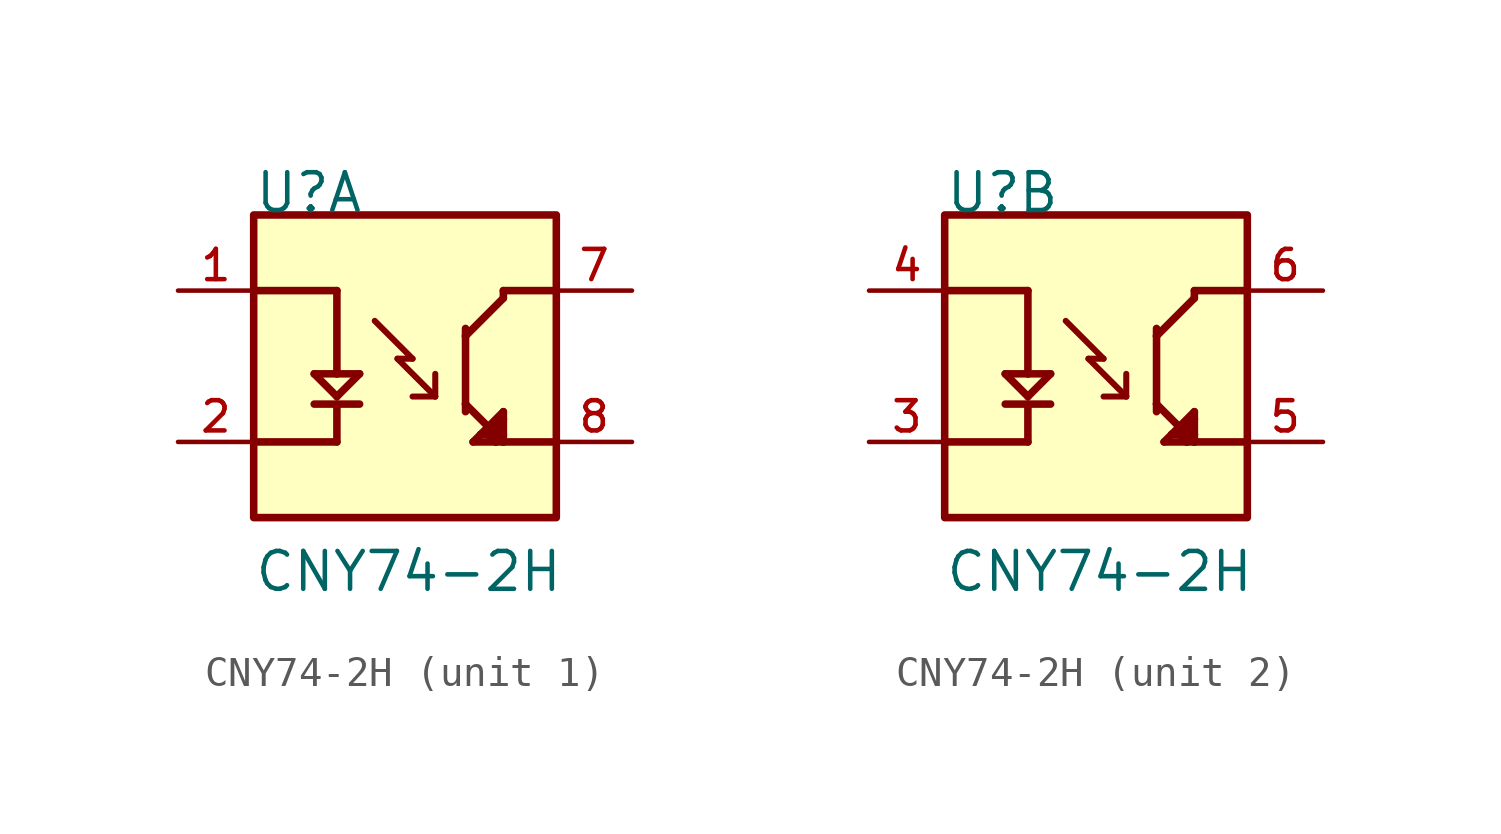
<source format=kicad_sym>
(kicad_symbol_lib
  (version 20211014)
  (generator kicad_symbol_editor)
  (symbol "CNY74-2H"
    (pin_names
      (offset 1.016))
    (property "Reference" "U"
      (at -5.082 5.082 0)
      (effects (font (size 1.27 1.27)) (justify bottom left)))
    (property "Value" "CNY74-2H"
      (at -5.089 -7.633 0)
      (effects (font (size 1.27 1.27)) (justify bottom left)))
    (symbol "CNY74-2H_1_0"
      (polyline (pts (xy -5.08 2.54) (xy -2.286 2.54)) (stroke (width 0.254)))
      (polyline (pts (xy -2.286 2.54) (xy -2.286 -0.254)) (stroke (width 0.254)))
      (polyline (pts (xy -2.286 -0.254) (xy -1.524 -0.254)) (stroke (width 0.254)))
      (polyline (pts (xy -2.286 -0.254) (xy -3.048 -0.254)) (stroke (width 0.254)))
      (polyline (pts (xy -3.048 -0.254) (xy -2.286 -1.016)) (stroke (width 0.254)))
      (polyline (pts (xy -2.286 -1.016) (xy -1.524 -0.254)) (stroke (width 0.254)))
      (polyline (pts (xy -3.048 -1.27) (xy -1.524 -1.27)) (stroke (width 0.254)))
      (polyline (pts (xy -2.286 -1.27) (xy -2.286 -2.54)) (stroke (width 0.254)))
      (polyline (pts (xy -2.286 -2.54) (xy -5.08 -2.54)) (stroke (width 0.254)))
      (polyline (pts (xy 5.08 2.54) (xy 3.302 2.54)) (stroke (width 0.254)))
      (polyline (pts (xy 3.302 2.54) (xy 3.302 2.286)) (stroke (width 0.254)))
      (polyline (pts (xy 3.302 2.286) (xy 2.032 1.016)) (stroke (width 0.254)))
      (polyline (pts (xy 2.032 1.016) (xy 2.032 -1.27)) (stroke (width 0.254)))
      (polyline (pts (xy 2.032 -1.27) (xy 3.302 -2.54)) (stroke (width 0.254)))
      (polyline (pts (xy 3.302 -2.54) (xy 5.08 -2.54)) (stroke (width 0.254)))
      (polyline (pts (xy 3.302 -2.286) (xy 3.302 -1.778)) (stroke (width 0.254)))
      (polyline (pts (xy 3.302 -1.778) (xy 3.302 -1.524)) (stroke (width 0.254)))
      (polyline (pts (xy 3.302 -1.524) (xy 2.54 -2.286)) (stroke (width 0.254)))
      (polyline (pts (xy 2.54 -2.286) (xy 2.286 -2.54)) (stroke (width 0.254)))
      (polyline (pts (xy 2.286 -2.54) (xy 3.048 -2.54)) (stroke (width 0.254)))
      (polyline (pts (xy 3.048 -2.54) (xy 3.302 -2.54)) (stroke (width 0.254)))
      (polyline (pts (xy 3.302 -2.54) (xy 3.302 -2.286)) (stroke (width 0.254)))
      (polyline (pts (xy 3.302 -2.286) (xy 3.048 -2.032)) (stroke (width 0.254)))
      (polyline (pts (xy 3.048 -2.032) (xy 2.794 -2.286)) (stroke (width 0.254)))
      (polyline (pts (xy 2.54 -2.286) (xy 2.794 -2.286)) (stroke (width 0.254)))
      (polyline (pts (xy 2.794 -2.286) (xy 3.048 -2.54)) (stroke (width 0.254)))
      (polyline (pts (xy 3.048 -2.54) (xy 3.048 -2.032)) (stroke (width 0.254)))
      (polyline (pts (xy 3.048 -2.032) (xy 3.302 -1.778)) (stroke (width 0.254)))
      (polyline (pts (xy 2.032 -1.27) (xy 2.032 -1.524)) (stroke (width 0.254)))
      (polyline (pts (xy 2.032 1.016) (xy 2.032 1.27)) (stroke (width 0.254)))
      (polyline (pts (xy 0.254 0.254) (xy -0.254 0.254)) (stroke (width 0.203)))
      (polyline (pts (xy -0.254 0.254) (xy 1.016 -1.016)) (stroke (width 0.203)))
      (polyline (pts (xy 1.016 -1.016) (xy 1.016 -0.254)) (stroke (width 0.203)))
      (polyline (pts (xy 1.016 -1.016) (xy 0.254 -1.016)) (stroke (width 0.203)))
      (polyline (pts (xy -1.016 1.524) (xy 0.254 0.254)) (stroke (width 0.203)))
      (rectangle (start -5.08 -5.08) (end 5.08 5.08) (stroke (width 0.254)) (fill (type background)))
      (pin passive line (at -7.62 2.54 0) (length 2.54) (name "~" (effects (font (size 1.016 1.016)))) (number "1" (effects (font (size 1.016 1.016)))))
      (pin passive line (at -7.62 -2.54 0) (length 2.54) (name "~" (effects (font (size 1.016 1.016)))) (number "2" (effects (font (size 1.016 1.016)))))
      (pin passive line (at 7.62 2.54 180.0) (length 2.54) (name "~" (effects (font (size 1.016 1.016)))) (number "7" (effects (font (size 1.016 1.016)))))
      (pin passive line (at 7.62 -2.54 180.0) (length 2.54) (name "~" (effects (font (size 1.016 1.016)))) (number "8" (effects (font (size 1.016 1.016))))))
    (symbol "CNY74-2H_2_0"
      (polyline (pts (xy -5.08 2.54) (xy -2.286 2.54)) (stroke (width 0.254)))
      (polyline (pts (xy -2.286 2.54) (xy -2.286 -0.254)) (stroke (width 0.254)))
      (polyline (pts (xy -2.286 -0.254) (xy -1.524 -0.254)) (stroke (width 0.254)))
      (polyline (pts (xy -2.286 -0.254) (xy -3.048 -0.254)) (stroke (width 0.254)))
      (polyline (pts (xy -3.048 -0.254) (xy -2.286 -1.016)) (stroke (width 0.254)))
      (polyline (pts (xy -2.286 -1.016) (xy -1.524 -0.254)) (stroke (width 0.254)))
      (polyline (pts (xy -3.048 -1.27) (xy -1.524 -1.27)) (stroke (width 0.254)))
      (polyline (pts (xy -2.286 -1.27) (xy -2.286 -2.54)) (stroke (width 0.254)))
      (polyline (pts (xy -2.286 -2.54) (xy -5.08 -2.54)) (stroke (width 0.254)))
      (polyline (pts (xy 5.08 2.54) (xy 3.302 2.54)) (stroke (width 0.254)))
      (polyline (pts (xy 3.302 2.54) (xy 3.302 2.286)) (stroke (width 0.254)))
      (polyline (pts (xy 3.302 2.286) (xy 2.032 1.016)) (stroke (width 0.254)))
      (polyline (pts (xy 2.032 1.016) (xy 2.032 -1.27)) (stroke (width 0.254)))
      (polyline (pts (xy 2.032 -1.27) (xy 3.302 -2.54)) (stroke (width 0.254)))
      (polyline (pts (xy 3.302 -2.54) (xy 5.08 -2.54)) (stroke (width 0.254)))
      (polyline (pts (xy 3.302 -2.286) (xy 3.302 -1.778)) (stroke (width 0.254)))
      (polyline (pts (xy 3.302 -1.778) (xy 3.302 -1.524)) (stroke (width 0.254)))
      (polyline (pts (xy 3.302 -1.524) (xy 2.54 -2.286)) (stroke (width 0.254)))
      (polyline (pts (xy 2.54 -2.286) (xy 2.286 -2.54)) (stroke (width 0.254)))
      (polyline (pts (xy 2.286 -2.54) (xy 3.048 -2.54)) (stroke (width 0.254)))
      (polyline (pts (xy 3.048 -2.54) (xy 3.302 -2.54)) (stroke (width 0.254)))
      (polyline (pts (xy 3.302 -2.54) (xy 3.302 -2.286)) (stroke (width 0.254)))
      (polyline (pts (xy 3.302 -2.286) (xy 3.048 -2.032)) (stroke (width 0.254)))
      (polyline (pts (xy 3.048 -2.032) (xy 2.794 -2.286)) (stroke (width 0.254)))
      (polyline (pts (xy 2.54 -2.286) (xy 2.794 -2.286)) (stroke (width 0.254)))
      (polyline (pts (xy 2.794 -2.286) (xy 3.048 -2.54)) (stroke (width 0.254)))
      (polyline (pts (xy 3.048 -2.54) (xy 3.048 -2.032)) (stroke (width 0.254)))
      (polyline (pts (xy 3.048 -2.032) (xy 3.302 -1.778)) (stroke (width 0.254)))
      (polyline (pts (xy 2.032 -1.27) (xy 2.032 -1.524)) (stroke (width 0.254)))
      (polyline (pts (xy 2.032 1.016) (xy 2.032 1.27)) (stroke (width 0.254)))
      (polyline (pts (xy 0.254 0.254) (xy -0.254 0.254)) (stroke (width 0.203)))
      (polyline (pts (xy -0.254 0.254) (xy 1.016 -1.016)) (stroke (width 0.203)))
      (polyline (pts (xy 1.016 -1.016) (xy 1.016 -0.254)) (stroke (width 0.203)))
      (polyline (pts (xy 1.016 -1.016) (xy 0.254 -1.016)) (stroke (width 0.203)))
      (polyline (pts (xy -1.016 1.524) (xy 0.254 0.254)) (stroke (width 0.203)))
      (rectangle (start -5.08 -5.08) (end 5.08 5.08) (stroke (width 0.254)) (fill (type background)))
      (pin passive line (at -7.62 2.54 0) (length 2.54) (name "~" (effects (font (size 1.016 1.016)))) (number "4" (effects (font (size 1.016 1.016)))))
      (pin passive line (at -7.62 -2.54 0) (length 2.54) (name "~" (effects (font (size 1.016 1.016)))) (number "3" (effects (font (size 1.016 1.016)))))
      (pin passive line (at 7.62 2.54 180.0) (length 2.54) (name "~" (effects (font (size 1.016 1.016)))) (number "6" (effects (font (size 1.016 1.016)))))
      (pin passive line (at 7.62 -2.54 180.0) (length 2.54) (name "~" (effects (font (size 1.016 1.016)))) (number "5" (effects (font (size 1.016 1.016))))))))
</source>
